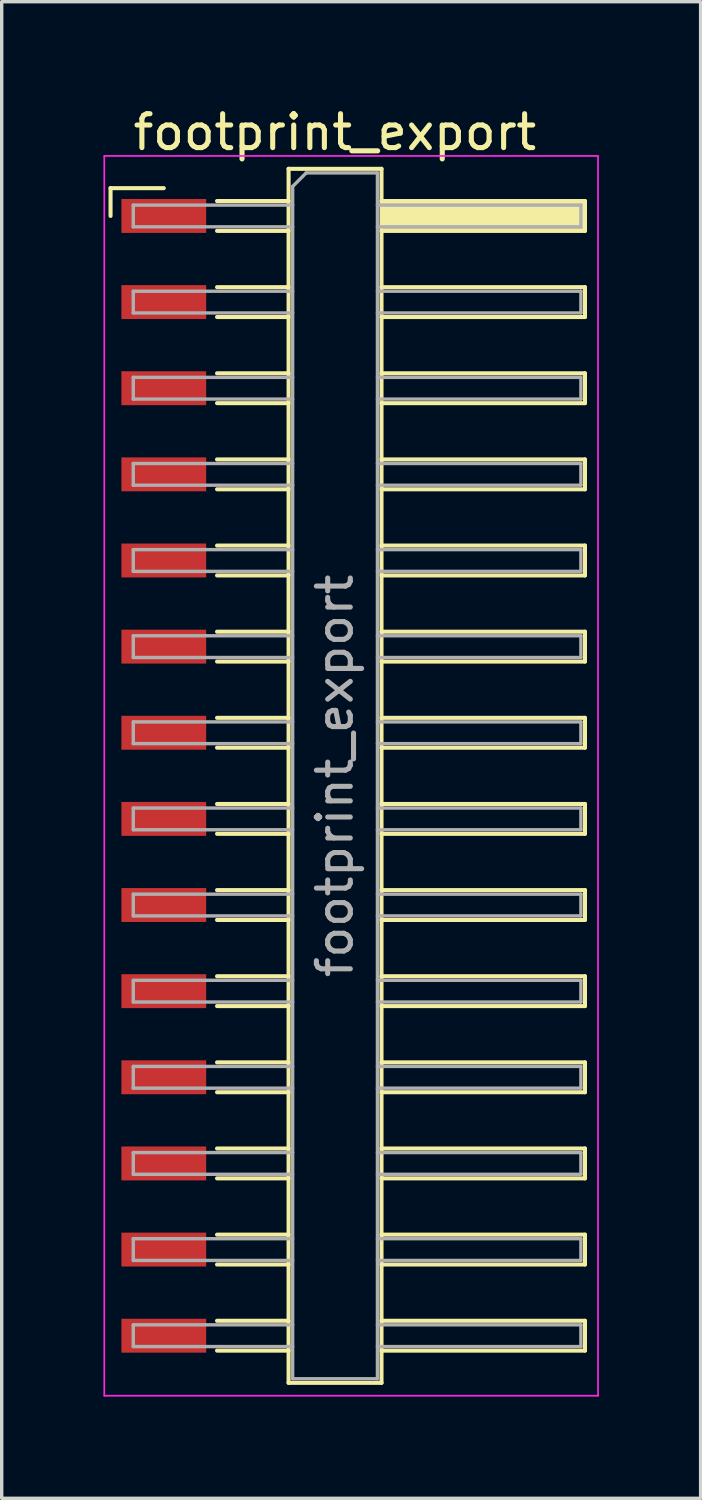
<source format=kicad_pcb>
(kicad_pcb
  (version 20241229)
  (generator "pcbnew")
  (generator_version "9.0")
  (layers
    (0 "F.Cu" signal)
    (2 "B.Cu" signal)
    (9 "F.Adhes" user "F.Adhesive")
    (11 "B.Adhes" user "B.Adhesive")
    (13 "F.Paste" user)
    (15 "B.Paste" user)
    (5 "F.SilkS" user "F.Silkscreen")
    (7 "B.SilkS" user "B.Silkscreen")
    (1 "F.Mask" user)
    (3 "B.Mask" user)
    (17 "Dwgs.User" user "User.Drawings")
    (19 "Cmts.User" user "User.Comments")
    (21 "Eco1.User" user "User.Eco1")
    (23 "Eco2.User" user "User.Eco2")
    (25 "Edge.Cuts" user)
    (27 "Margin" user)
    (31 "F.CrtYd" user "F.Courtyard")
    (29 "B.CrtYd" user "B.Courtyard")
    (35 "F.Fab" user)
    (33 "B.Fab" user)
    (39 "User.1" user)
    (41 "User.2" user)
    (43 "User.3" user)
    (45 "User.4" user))
  (footprint "footprint_export"
    (layer "F.Cu")
    (at 7.305 19.828)
    (property "Reference" "footprint_export" (at -0.48 -18.98 0) (layer "F.SilkS") (effects (font (size 1 1) (thickness 0.15))))
    (attr smd)
    (fp_line (start -7.095 -17.33) (end -5.525 -17.33) (stroke (width 0.12) (type solid)) (layer "F.SilkS"))
    (fp_line (start -7.095 -16.51) (end -7.095 -17.33) (stroke (width 0.12) (type solid)) (layer "F.SilkS"))
    (fp_line (start -3.955 -16.95) (end -1.845 -16.95) (stroke (width 0.12) (type solid)) (layer "F.SilkS"))
    (fp_line (start -3.955 -16.07) (end -1.845 -16.07) (stroke (width 0.12) (type solid)) (layer "F.SilkS"))
    (fp_line (start -3.955 -14.41) (end -1.845 -14.41) (stroke (width 0.12) (type solid)) (layer "F.SilkS"))
    (fp_line (start -3.955 -13.53) (end -1.845 -13.53) (stroke (width 0.12) (type solid)) (layer "F.SilkS"))
    (fp_line (start -3.955 -11.87) (end -1.845 -11.87) (stroke (width 0.12) (type solid)) (layer "F.SilkS"))
    (fp_line (start -3.955 -10.99) (end -1.845 -10.99) (stroke (width 0.12) (type solid)) (layer "F.SilkS"))
    (fp_line (start -3.955 -9.33) (end -1.845 -9.33) (stroke (width 0.12) (type solid)) (layer "F.SilkS"))
    (fp_line (start -3.955 -8.45) (end -1.845 -8.45) (stroke (width 0.12) (type solid)) (layer "F.SilkS"))
    (fp_line (start -3.955 -6.79) (end -1.845 -6.79) (stroke (width 0.12) (type solid)) (layer "F.SilkS"))
    (fp_line (start -3.955 -5.91) (end -1.845 -5.91) (stroke (width 0.12) (type solid)) (layer "F.SilkS"))
    (fp_line (start -3.955 -4.25) (end -1.845 -4.25) (stroke (width 0.12) (type solid)) (layer "F.SilkS"))
    (fp_line (start -3.955 -3.37) (end -1.845 -3.37) (stroke (width 0.12) (type solid)) (layer "F.SilkS"))
    (fp_line (start -3.955 -1.71) (end -1.845 -1.71) (stroke (width 0.12) (type solid)) (layer "F.SilkS"))
    (fp_line (start -3.955 -0.83) (end -1.845 -0.83) (stroke (width 0.12) (type solid)) (layer "F.SilkS"))
    (fp_line (start -3.955 0.83) (end -1.845 0.83) (stroke (width 0.12) (type solid)) (layer "F.SilkS"))
    (fp_line (start -3.955 1.71) (end -1.845 1.71) (stroke (width 0.12) (type solid)) (layer "F.SilkS"))
    (fp_line (start -3.955 3.37) (end -1.845 3.37) (stroke (width 0.12) (type solid)) (layer "F.SilkS"))
    (fp_line (start -3.955 4.25) (end -1.845 4.25) (stroke (width 0.12) (type solid)) (layer "F.SilkS"))
    (fp_line (start -3.955 5.91) (end -1.845 5.91) (stroke (width 0.12) (type solid)) (layer "F.SilkS"))
    (fp_line (start -3.955 6.79) (end -1.845 6.79) (stroke (width 0.12) (type solid)) (layer "F.SilkS"))
    (fp_line (start -3.955 8.45) (end -1.845 8.45) (stroke (width 0.12) (type solid)) (layer "F.SilkS"))
    (fp_line (start -3.955 9.33) (end -1.845 9.33) (stroke (width 0.12) (type solid)) (layer "F.SilkS"))
    (fp_line (start -3.955 10.99) (end -1.845 10.99) (stroke (width 0.12) (type solid)) (layer "F.SilkS"))
    (fp_line (start -3.955 11.87) (end -1.845 11.87) (stroke (width 0.12) (type solid)) (layer "F.SilkS"))
    (fp_line (start -3.955 13.53) (end -1.845 13.53) (stroke (width 0.12) (type solid)) (layer "F.SilkS"))
    (fp_line (start -3.955 14.41) (end -1.845 14.41) (stroke (width 0.12) (type solid)) (layer "F.SilkS"))
    (fp_line (start -3.955 16.07) (end -1.845 16.07) (stroke (width 0.12) (type solid)) (layer "F.SilkS"))
    (fp_line (start -3.955 16.95) (end -1.845 16.95) (stroke (width 0.12) (type solid)) (layer "F.SilkS"))
    (fp_line (start -1.845 -17.9) (end 0.895 -17.9) (stroke (width 0.12) (type solid)) (layer "F.SilkS"))
    (fp_line (start -1.845 17.9) (end -1.845 -17.9) (stroke (width 0.12) (type solid)) (layer "F.SilkS"))
    (fp_line (start 0.895 -17.9) (end 0.895 17.9) (stroke (width 0.12) (type solid)) (layer "F.SilkS"))
    (fp_line (start 0.895 -16.95) (end 6.895 -16.95) (stroke (width 0.12) (type solid)) (layer "F.SilkS"))
    (fp_line (start 0.895 -14.41) (end 6.895 -14.41) (stroke (width 0.12) (type solid)) (layer "F.SilkS"))
    (fp_line (start 0.895 -11.87) (end 6.895 -11.87) (stroke (width 0.12) (type solid)) (layer "F.SilkS"))
    (fp_line (start 0.895 -9.33) (end 6.895 -9.33) (stroke (width 0.12) (type solid)) (layer "F.SilkS"))
    (fp_line (start 0.895 -6.79) (end 6.895 -6.79) (stroke (width 0.12) (type solid)) (layer "F.SilkS"))
    (fp_line (start 0.895 -4.25) (end 6.895 -4.25) (stroke (width 0.12) (type solid)) (layer "F.SilkS"))
    (fp_line (start 0.895 -1.71) (end 6.895 -1.71) (stroke (width 0.12) (type solid)) (layer "F.SilkS"))
    (fp_line (start 0.895 0.83) (end 6.895 0.83) (stroke (width 0.12) (type solid)) (layer "F.SilkS"))
    (fp_line (start 0.895 3.37) (end 6.895 3.37) (stroke (width 0.12) (type solid)) (layer "F.SilkS"))
    (fp_line (start 0.895 5.91) (end 6.895 5.91) (stroke (width 0.12) (type solid)) (layer "F.SilkS"))
    (fp_line (start 0.895 8.45) (end 6.895 8.45) (stroke (width 0.12) (type solid)) (layer "F.SilkS"))
    (fp_line (start 0.895 10.99) (end 6.895 10.99) (stroke (width 0.12) (type solid)) (layer "F.SilkS"))
    (fp_line (start 0.895 13.53) (end 6.895 13.53) (stroke (width 0.12) (type solid)) (layer "F.SilkS"))
    (fp_line (start 0.895 16.07) (end 6.895 16.07) (stroke (width 0.12) (type solid)) (layer "F.SilkS"))
    (fp_line (start 0.895 17.9) (end -1.845 17.9) (stroke (width 0.12) (type solid)) (layer "F.SilkS"))
    (fp_line (start 6.895 -16.95) (end 6.895 -16.07) (stroke (width 0.12) (type solid)) (layer "F.SilkS"))
    (fp_line (start 6.895 -16.07) (end 0.895 -16.07) (stroke (width 0.12) (type solid)) (layer "F.SilkS"))
    (fp_line (start 6.895 -14.41) (end 6.895 -13.53) (stroke (width 0.12) (type solid)) (layer "F.SilkS"))
    (fp_line (start 6.895 -13.53) (end 0.895 -13.53) (stroke (width 0.12) (type solid)) (layer "F.SilkS"))
    (fp_line (start 6.895 -11.87) (end 6.895 -10.99) (stroke (width 0.12) (type solid)) (layer "F.SilkS"))
    (fp_line (start 6.895 -10.99) (end 0.895 -10.99) (stroke (width 0.12) (type solid)) (layer "F.SilkS"))
    (fp_line (start 6.895 -9.33) (end 6.895 -8.45) (stroke (width 0.12) (type solid)) (layer "F.SilkS"))
    (fp_line (start 6.895 -8.45) (end 0.895 -8.45) (stroke (width 0.12) (type solid)) (layer "F.SilkS"))
    (fp_line (start 6.895 -6.79) (end 6.895 -5.91) (stroke (width 0.12) (type solid)) (layer "F.SilkS"))
    (fp_line (start 6.895 -5.91) (end 0.895 -5.91) (stroke (width 0.12) (type solid)) (layer "F.SilkS"))
    (fp_line (start 6.895 -4.25) (end 6.895 -3.37) (stroke (width 0.12) (type solid)) (layer "F.SilkS"))
    (fp_line (start 6.895 -3.37) (end 0.895 -3.37) (stroke (width 0.12) (type solid)) (layer "F.SilkS"))
    (fp_line (start 6.895 -1.71) (end 6.895 -0.83) (stroke (width 0.12) (type solid)) (layer "F.SilkS"))
    (fp_line (start 6.895 -0.83) (end 0.895 -0.83) (stroke (width 0.12) (type solid)) (layer "F.SilkS"))
    (fp_line (start 6.895 0.83) (end 6.895 1.71) (stroke (width 0.12) (type solid)) (layer "F.SilkS"))
    (fp_line (start 6.895 1.71) (end 0.895 1.71) (stroke (width 0.12) (type solid)) (layer "F.SilkS"))
    (fp_line (start 6.895 3.37) (end 6.895 4.25) (stroke (width 0.12) (type solid)) (layer "F.SilkS"))
    (fp_line (start 6.895 4.25) (end 0.895 4.25) (stroke (width 0.12) (type solid)) (layer "F.SilkS"))
    (fp_line (start 6.895 5.91) (end 6.895 6.79) (stroke (width 0.12) (type solid)) (layer "F.SilkS"))
    (fp_line (start 6.895 6.79) (end 0.895 6.79) (stroke (width 0.12) (type solid)) (layer "F.SilkS"))
    (fp_line (start 6.895 8.45) (end 6.895 9.33) (stroke (width 0.12) (type solid)) (layer "F.SilkS"))
    (fp_line (start 6.895 9.33) (end 0.895 9.33) (stroke (width 0.12) (type solid)) (layer "F.SilkS"))
    (fp_line (start 6.895 10.99) (end 6.895 11.87) (stroke (width 0.12) (type solid)) (layer "F.SilkS"))
    (fp_line (start 6.895 11.87) (end 0.895 11.87) (stroke (width 0.12) (type solid)) (layer "F.SilkS"))
    (fp_line (start 6.895 13.53) (end 6.895 14.41) (stroke (width 0.12) (type solid)) (layer "F.SilkS"))
    (fp_line (start 6.895 14.41) (end 0.895 14.41) (stroke (width 0.12) (type solid)) (layer "F.SilkS"))
    (fp_line (start 6.895 16.07) (end 6.895 16.95) (stroke (width 0.12) (type solid)) (layer "F.SilkS"))
    (fp_line (start 6.895 16.95) (end 0.895 16.95) (stroke (width 0.12) (type solid)) (layer "F.SilkS"))
    (fp_line (start -7.28 -18.28) (end 7.28 -18.28) (stroke (width 0.05) (type solid)) (layer "F.CrtYd"))
    (fp_line (start -7.28 18.28) (end -7.28 -18.28) (stroke (width 0.05) (type solid)) (layer "F.CrtYd"))
    (fp_line (start 7.28 -18.28) (end 7.28 18.28) (stroke (width 0.05) (type solid)) (layer "F.CrtYd"))
    (fp_line (start 7.28 18.28) (end -7.28 18.28) (stroke (width 0.05) (type solid)) (layer "F.CrtYd"))
    (fp_line (start -6.425 -16.83) (end -6.425 -16.19) (stroke (width 0.1) (type solid)) (layer "F.Fab"))
    (fp_line (start -6.425 -16.19) (end -1.725 -16.19) (stroke (width 0.1) (type solid)) (layer "F.Fab"))
    (fp_line (start -6.425 -14.29) (end -6.425 -13.65) (stroke (width 0.1) (type solid)) (layer "F.Fab"))
    (fp_line (start -6.425 -13.65) (end -1.725 -13.65) (stroke (width 0.1) (type solid)) (layer "F.Fab"))
    (fp_line (start -6.425 -11.75) (end -6.425 -11.11) (stroke (width 0.1) (type solid)) (layer "F.Fab"))
    (fp_line (start -6.425 -11.11) (end -1.725 -11.11) (stroke (width 0.1) (type solid)) (layer "F.Fab"))
    (fp_line (start -6.425 -9.21) (end -6.425 -8.57) (stroke (width 0.1) (type solid)) (layer "F.Fab"))
    (fp_line (start -6.425 -8.57) (end -1.725 -8.57) (stroke (width 0.1) (type solid)) (layer "F.Fab"))
    (fp_line (start -6.425 -6.67) (end -6.425 -6.03) (stroke (width 0.1) (type solid)) (layer "F.Fab"))
    (fp_line (start -6.425 -6.03) (end -1.725 -6.03) (stroke (width 0.1) (type solid)) (layer "F.Fab"))
    (fp_line (start -6.425 -4.13) (end -6.425 -3.49) (stroke (width 0.1) (type solid)) (layer "F.Fab"))
    (fp_line (start -6.425 -3.49) (end -1.725 -3.49) (stroke (width 0.1) (type solid)) (layer "F.Fab"))
    (fp_line (start -6.425 -1.59) (end -6.425 -0.95) (stroke (width 0.1) (type solid)) (layer "F.Fab"))
    (fp_line (start -6.425 -0.95) (end -1.725 -0.95) (stroke (width 0.1) (type solid)) (layer "F.Fab"))
    (fp_line (start -6.425 0.95) (end -6.425 1.59) (stroke (width 0.1) (type solid)) (layer "F.Fab"))
    (fp_line (start -6.425 1.59) (end -1.725 1.59) (stroke (width 0.1) (type solid)) (layer "F.Fab"))
    (fp_line (start -6.425 3.49) (end -6.425 4.13) (stroke (width 0.1) (type solid)) (layer "F.Fab"))
    (fp_line (start -6.425 4.13) (end -1.725 4.13) (stroke (width 0.1) (type solid)) (layer "F.Fab"))
    (fp_line (start -6.425 6.03) (end -6.425 6.67) (stroke (width 0.1) (type solid)) (layer "F.Fab"))
    (fp_line (start -6.425 6.67) (end -1.725 6.67) (stroke (width 0.1) (type solid)) (layer "F.Fab"))
    (fp_line (start -6.425 8.57) (end -6.425 9.21) (stroke (width 0.1) (type solid)) (layer "F.Fab"))
    (fp_line (start -6.425 9.21) (end -1.725 9.21) (stroke (width 0.1) (type solid)) (layer "F.Fab"))
    (fp_line (start -6.425 11.11) (end -6.425 11.75) (stroke (width 0.1) (type solid)) (layer "F.Fab"))
    (fp_line (start -6.425 11.75) (end -1.725 11.75) (stroke (width 0.1) (type solid)) (layer "F.Fab"))
    (fp_line (start -6.425 13.65) (end -6.425 14.29) (stroke (width 0.1) (type solid)) (layer "F.Fab"))
    (fp_line (start -6.425 14.29) (end -1.725 14.29) (stroke (width 0.1) (type solid)) (layer "F.Fab"))
    (fp_line (start -6.425 16.19) (end -6.425 16.83) (stroke (width 0.1) (type solid)) (layer "F.Fab"))
    (fp_line (start -6.425 16.83) (end -1.725 16.83) (stroke (width 0.1) (type solid)) (layer "F.Fab"))
    (fp_line (start -1.725 -17.38) (end -1.325 -17.78) (stroke (width 0.1) (type solid)) (layer "F.Fab"))
    (fp_line (start -1.725 -16.83) (end -6.425 -16.83) (stroke (width 0.1) (type solid)) (layer "F.Fab"))
    (fp_line (start -1.725 -14.29) (end -6.425 -14.29) (stroke (width 0.1) (type solid)) (layer "F.Fab"))
    (fp_line (start -1.725 -11.75) (end -6.425 -11.75) (stroke (width 0.1) (type solid)) (layer "F.Fab"))
    (fp_line (start -1.725 -9.21) (end -6.425 -9.21) (stroke (width 0.1) (type solid)) (layer "F.Fab"))
    (fp_line (start -1.725 -6.67) (end -6.425 -6.67) (stroke (width 0.1) (type solid)) (layer "F.Fab"))
    (fp_line (start -1.725 -4.13) (end -6.425 -4.13) (stroke (width 0.1) (type solid)) (layer "F.Fab"))
    (fp_line (start -1.725 -1.59) (end -6.425 -1.59) (stroke (width 0.1) (type solid)) (layer "F.Fab"))
    (fp_line (start -1.725 0.95) (end -6.425 0.95) (stroke (width 0.1) (type solid)) (layer "F.Fab"))
    (fp_line (start -1.725 3.49) (end -6.425 3.49) (stroke (width 0.1) (type solid)) (layer "F.Fab"))
    (fp_line (start -1.725 6.03) (end -6.425 6.03) (stroke (width 0.1) (type solid)) (layer "F.Fab"))
    (fp_line (start -1.725 8.57) (end -6.425 8.57) (stroke (width 0.1) (type solid)) (layer "F.Fab"))
    (fp_line (start -1.725 11.11) (end -6.425 11.11) (stroke (width 0.1) (type solid)) (layer "F.Fab"))
    (fp_line (start -1.725 13.65) (end -6.425 13.65) (stroke (width 0.1) (type solid)) (layer "F.Fab"))
    (fp_line (start -1.725 16.19) (end -6.425 16.19) (stroke (width 0.1) (type solid)) (layer "F.Fab"))
    (fp_line (start -1.725 17.78) (end -1.725 -17.38) (stroke (width 0.1) (type solid)) (layer "F.Fab"))
    (fp_line (start -1.325 -17.78) (end 0.775 -17.78) (stroke (width 0.1) (type solid)) (layer "F.Fab"))
    (fp_line (start 0.775 -17.78) (end 0.775 17.78) (stroke (width 0.1) (type solid)) (layer "F.Fab"))
    (fp_line (start 0.775 -16.83) (end 6.775 -16.83) (stroke (width 0.1) (type solid)) (layer "F.Fab"))
    (fp_line (start 0.775 -14.29) (end 6.775 -14.29) (stroke (width 0.1) (type solid)) (layer "F.Fab"))
    (fp_line (start 0.775 -11.75) (end 6.775 -11.75) (stroke (width 0.1) (type solid)) (layer "F.Fab"))
    (fp_line (start 0.775 -9.21) (end 6.775 -9.21) (stroke (width 0.1) (type solid)) (layer "F.Fab"))
    (fp_line (start 0.775 -6.67) (end 6.775 -6.67) (stroke (width 0.1) (type solid)) (layer "F.Fab"))
    (fp_line (start 0.775 -4.13) (end 6.775 -4.13) (stroke (width 0.1) (type solid)) (layer "F.Fab"))
    (fp_line (start 0.775 -1.59) (end 6.775 -1.59) (stroke (width 0.1) (type solid)) (layer "F.Fab"))
    (fp_line (start 0.775 0.95) (end 6.775 0.95) (stroke (width 0.1) (type solid)) (layer "F.Fab"))
    (fp_line (start 0.775 3.49) (end 6.775 3.49) (stroke (width 0.1) (type solid)) (layer "F.Fab"))
    (fp_line (start 0.775 6.03) (end 6.775 6.03) (stroke (width 0.1) (type solid)) (layer "F.Fab"))
    (fp_line (start 0.775 8.57) (end 6.775 8.57) (stroke (width 0.1) (type solid)) (layer "F.Fab"))
    (fp_line (start 0.775 11.11) (end 6.775 11.11) (stroke (width 0.1) (type solid)) (layer "F.Fab"))
    (fp_line (start 0.775 13.65) (end 6.775 13.65) (stroke (width 0.1) (type solid)) (layer "F.Fab"))
    (fp_line (start 0.775 16.19) (end 6.775 16.19) (stroke (width 0.1) (type solid)) (layer "F.Fab"))
    (fp_line (start 0.775 17.78) (end -1.725 17.78) (stroke (width 0.1) (type solid)) (layer "F.Fab"))
    (fp_line (start 6.775 -16.83) (end 6.775 -16.19) (stroke (width 0.1) (type solid)) (layer "F.Fab"))
    (fp_line (start 6.775 -16.19) (end 0.775 -16.19) (stroke (width 0.1) (type solid)) (layer "F.Fab"))
    (fp_line (start 6.775 -14.29) (end 6.775 -13.65) (stroke (width 0.1) (type solid)) (layer "F.Fab"))
    (fp_line (start 6.775 -13.65) (end 0.775 -13.65) (stroke (width 0.1) (type solid)) (layer "F.Fab"))
    (fp_line (start 6.775 -11.75) (end 6.775 -11.11) (stroke (width 0.1) (type solid)) (layer "F.Fab"))
    (fp_line (start 6.775 -11.11) (end 0.775 -11.11) (stroke (width 0.1) (type solid)) (layer "F.Fab"))
    (fp_line (start 6.775 -9.21) (end 6.775 -8.57) (stroke (width 0.1) (type solid)) (layer "F.Fab"))
    (fp_line (start 6.775 -8.57) (end 0.775 -8.57) (stroke (width 0.1) (type solid)) (layer "F.Fab"))
    (fp_line (start 6.775 -6.67) (end 6.775 -6.03) (stroke (width 0.1) (type solid)) (layer "F.Fab"))
    (fp_line (start 6.775 -6.03) (end 0.775 -6.03) (stroke (width 0.1) (type solid)) (layer "F.Fab"))
    (fp_line (start 6.775 -4.13) (end 6.775 -3.49) (stroke (width 0.1) (type solid)) (layer "F.Fab"))
    (fp_line (start 6.775 -3.49) (end 0.775 -3.49) (stroke (width 0.1) (type solid)) (layer "F.Fab"))
    (fp_line (start 6.775 -1.59) (end 6.775 -0.95) (stroke (width 0.1) (type solid)) (layer "F.Fab"))
    (fp_line (start 6.775 -0.95) (end 0.775 -0.95) (stroke (width 0.1) (type solid)) (layer "F.Fab"))
    (fp_line (start 6.775 0.95) (end 6.775 1.59) (stroke (width 0.1) (type solid)) (layer "F.Fab"))
    (fp_line (start 6.775 1.59) (end 0.775 1.59) (stroke (width 0.1) (type solid)) (layer "F.Fab"))
    (fp_line (start 6.775 3.49) (end 6.775 4.13) (stroke (width 0.1) (type solid)) (layer "F.Fab"))
    (fp_line (start 6.775 4.13) (end 0.775 4.13) (stroke (width 0.1) (type solid)) (layer "F.Fab"))
    (fp_line (start 6.775 6.03) (end 6.775 6.67) (stroke (width 0.1) (type solid)) (layer "F.Fab"))
    (fp_line (start 6.775 6.67) (end 0.775 6.67) (stroke (width 0.1) (type solid)) (layer "F.Fab"))
    (fp_line (start 6.775 8.57) (end 6.775 9.21) (stroke (width 0.1) (type solid)) (layer "F.Fab"))
    (fp_line (start 6.775 9.21) (end 0.775 9.21) (stroke (width 0.1) (type solid)) (layer "F.Fab"))
    (fp_line (start 6.775 11.11) (end 6.775 11.75) (stroke (width 0.1) (type solid)) (layer "F.Fab"))
    (fp_line (start 6.775 11.75) (end 0.775 11.75) (stroke (width 0.1) (type solid)) (layer "F.Fab"))
    (fp_line (start 6.775 13.65) (end 6.775 14.29) (stroke (width 0.1) (type solid)) (layer "F.Fab"))
    (fp_line (start 6.775 14.29) (end 0.775 14.29) (stroke (width 0.1) (type solid)) (layer "F.Fab"))
    (fp_line (start 6.775 16.19) (end 6.775 16.83) (stroke (width 0.1) (type solid)) (layer "F.Fab"))
    (fp_line (start 6.775 16.83) (end 0.775 16.83) (stroke (width 0.1) (type solid)) (layer "F.Fab"))
    (fp_text user "${REFERENCE}" (at -0.48 0 90) (layer "F.Fab") (effects (font (size 1 1) (thickness 0.15))))
    (pad "" smd rect (at 3.895 -16.51) (size 6 0.76) (layers "F.SilkS"))
    (pad "1" smd rect (at -5.525 -16.51) (size 2.5 1) (layers "F.Cu" "F.Mask" "F.Paste"))
    (pad "2" smd rect (at -5.525 -13.97) (size 2.5 1) (layers "F.Cu" "F.Mask" "F.Paste"))
    (pad "3" smd rect (at -5.525 -11.43) (size 2.5 1) (layers "F.Cu" "F.Mask" "F.Paste"))
    (pad "4" smd rect (at -5.525 -8.89) (size 2.5 1) (layers "F.Cu" "F.Mask" "F.Paste"))
    (pad "5" smd rect (at -5.525 -6.35) (size 2.5 1) (layers "F.Cu" "F.Mask" "F.Paste"))
    (pad "6" smd rect (at -5.525 -3.81) (size 2.5 1) (layers "F.Cu" "F.Mask" "F.Paste"))
    (pad "7" smd rect (at -5.525 -1.27) (size 2.5 1) (layers "F.Cu" "F.Mask" "F.Paste"))
    (pad "8" smd rect (at -5.525 1.27) (size 2.5 1) (layers "F.Cu" "F.Mask" "F.Paste"))
    (pad "9" smd rect (at -5.525 3.81) (size 2.5 1) (layers "F.Cu" "F.Mask" "F.Paste"))
    (pad "10" smd rect (at -5.525 6.35) (size 2.5 1) (layers "F.Cu" "F.Mask" "F.Paste"))
    (pad "11" smd rect (at -5.525 8.89) (size 2.5 1) (layers "F.Cu" "F.Mask" "F.Paste"))
    (pad "12" smd rect (at -5.525 11.43) (size 2.5 1) (layers "F.Cu" "F.Mask" "F.Paste"))
    (pad "13" smd rect (at -5.525 13.97) (size 2.5 1) (layers "F.Cu" "F.Mask" "F.Paste"))
    (pad "14" smd rect (at -5.525 16.51) (size 2.5 1) (layers "F.Cu" "F.Mask" "F.Paste")))
  (gr_rect
    (start -3 -3)
    (end 17.61 41.133)
    (stroke (width 0.1) (type default))
    (fill no)
    (layer "Edge.Cuts")))
</source>
